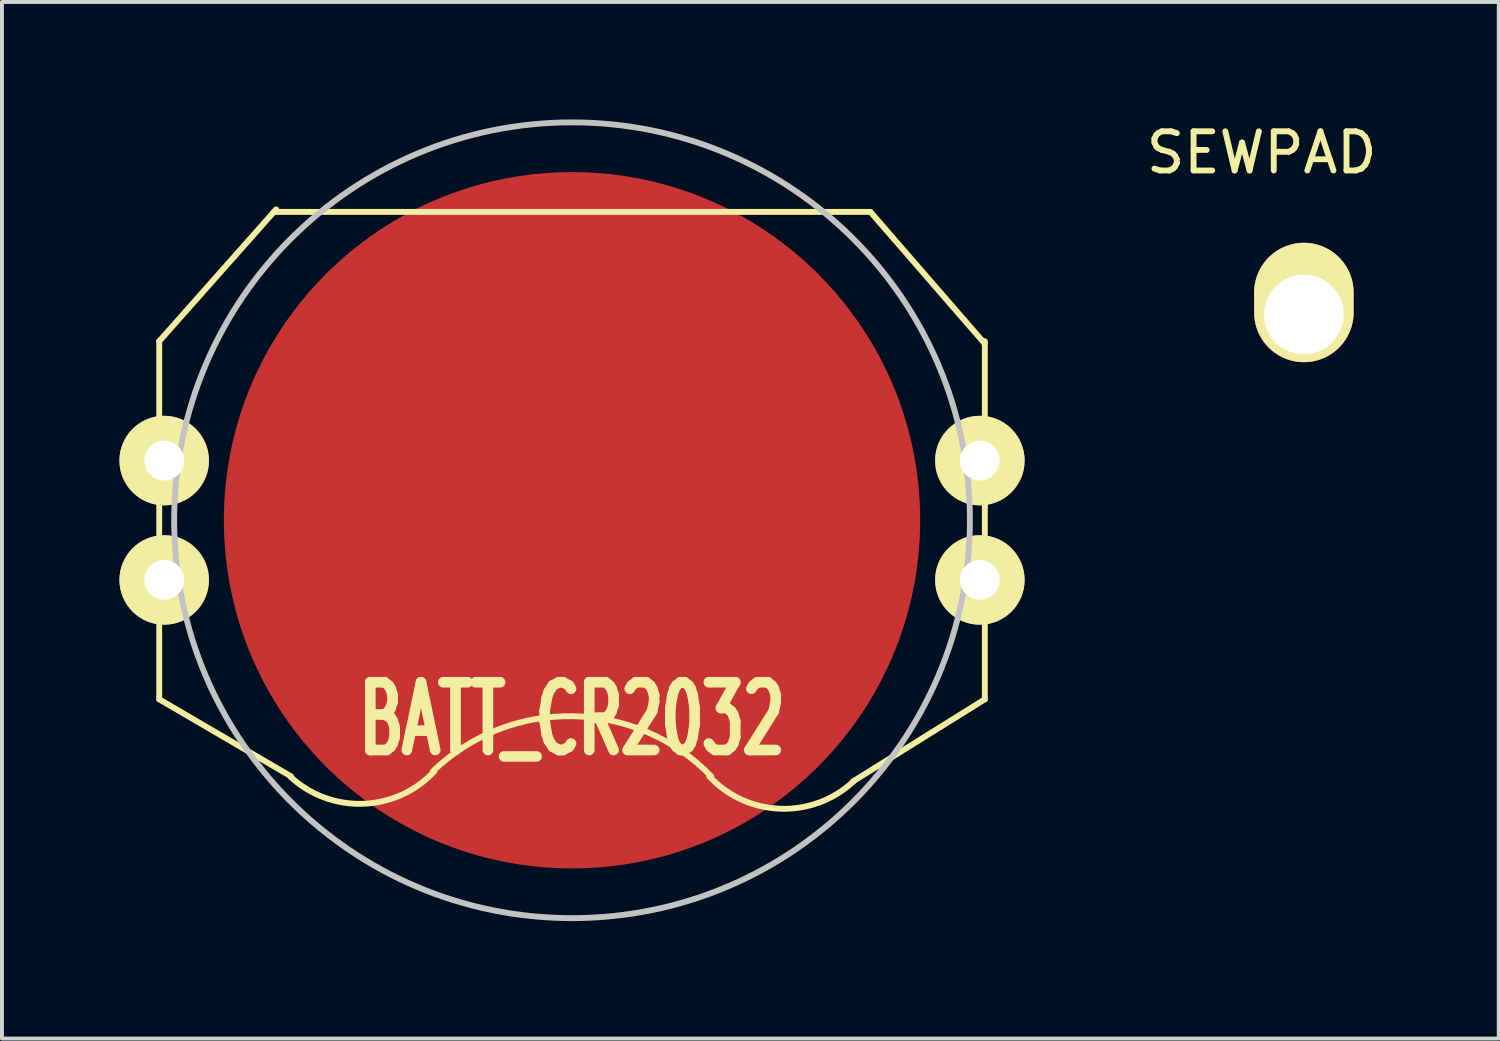
<source format=kicad_pcb>
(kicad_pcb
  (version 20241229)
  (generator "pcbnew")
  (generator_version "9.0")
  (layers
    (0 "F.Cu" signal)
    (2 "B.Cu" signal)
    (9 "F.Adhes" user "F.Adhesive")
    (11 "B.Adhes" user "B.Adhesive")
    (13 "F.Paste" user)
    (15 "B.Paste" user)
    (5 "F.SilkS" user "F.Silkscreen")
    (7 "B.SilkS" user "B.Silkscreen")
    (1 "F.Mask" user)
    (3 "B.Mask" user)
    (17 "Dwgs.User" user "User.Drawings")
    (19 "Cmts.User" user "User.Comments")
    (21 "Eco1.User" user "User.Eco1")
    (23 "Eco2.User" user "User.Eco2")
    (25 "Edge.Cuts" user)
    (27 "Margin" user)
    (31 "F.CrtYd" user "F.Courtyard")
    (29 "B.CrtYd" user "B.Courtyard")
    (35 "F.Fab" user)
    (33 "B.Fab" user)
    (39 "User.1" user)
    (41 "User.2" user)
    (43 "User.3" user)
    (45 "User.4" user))
  (footprint "SEWPAD"
    (layer "F.Cu")
    (at 30.245 4.979)
    (property "Reference" "SEWPAD" (at -1.078 -4.131 0) (layer "F.SilkS") (effects (font (size 1 1) (thickness 0.15))))
    (attr through_hole)
    (pad "1" thru_hole oval (at 0 0) (size 2.54 3.048) (drill 2.032 (offset 0 -0.305)) (layers "*.Cu" "*.Mask" "F.SilkS")))
  (footprint "BATT_CR2032"
    (layer "F.Cu")
    (at 11.557 10.235)
    (property "Reference" "BATT_CR2032" (at 0 5.08 0) (layer "F.SilkS") (effects (font (size 1.73 1.087) (thickness 0.272))))
    (attr through_hole)
    (fp_line (start -10.541 -4.572) (end -7.556 -7.938) (stroke (width 0.15) (type solid)) (layer "F.SilkS"))
    (fp_line (start -10.541 4.572) (end -10.541 -4.572) (stroke (width 0.15) (type solid)) (layer "F.SilkS"))
    (fp_line (start -7.62 -7.874) (end 7.62 -7.874) (stroke (width 0.15) (type solid)) (layer "F.SilkS"))
    (fp_line (start -7.176 6.54) (end -10.541 4.572) (stroke (width 0.15) (type solid)) (layer "F.SilkS"))
    (fp_line (start 7.176 6.668) (end 10.541 4.572) (stroke (width 0.15) (type solid)) (layer "F.SilkS"))
    (fp_line (start 7.62 -7.874) (end 10.541 -4.508) (stroke (width 0.15) (type solid)) (layer "F.SilkS"))
    (fp_line (start 10.541 4.572) (end 10.541 -4.572) (stroke (width 0.15) (type solid)) (layer "F.SilkS"))
    (fp_arc (start -3.556 6.4135) (mid 0.026303 5.004057) (end 3.556 6.5405) (stroke (width 0.15) (type solid)) (layer "F.SilkS"))
    (fp_arc (start -3.5179 6.4135) (mid -5.333097 7.239774) (end -7.2009 6.5405) (stroke (width 0.15) (type solid)) (layer "F.SilkS"))
    (fp_arc (start 7.1882 6.6675) (mid 5.320397 7.366774) (end 3.5052 6.5405) (stroke (width 0.15) (type solid)) (layer "F.SilkS"))
    (fp_circle (center 0 0) (end -10.16 0) (stroke (width 0.15) (type solid)) (fill no) (layer "Dwgs.User"))
    (pad "1" thru_hole circle (at -10.414 -1.524) (size 2.286 2.286) (drill 1.016) (layers "*.Cu" "*.Mask" "F.SilkS"))
    (pad "1" thru_hole circle (at -10.414 1.524) (size 2.286 2.286) (drill 1.016) (layers "*.Cu" "*.Mask" "F.SilkS"))
    (pad "1" thru_hole circle (at 10.414 -1.524) (size 2.286 2.286) (drill 1.016) (layers "*.Cu" "*.Mask" "F.SilkS"))
    (pad "1" thru_hole circle (at 10.414 1.524) (size 2.286 2.286) (drill 1.016) (layers "*.Cu" "*.Mask" "F.SilkS"))
    (pad "2" smd circle (at 0 0) (size 17.78 17.78) (layers "F.Cu" "F.Mask" "F.Paste")))
  (gr_rect
    (start -3 -3)
    (end 35.221 23.47)
    (stroke (width 0.1) (type default))
    (fill no)
    (layer "Edge.Cuts")))
</source>
